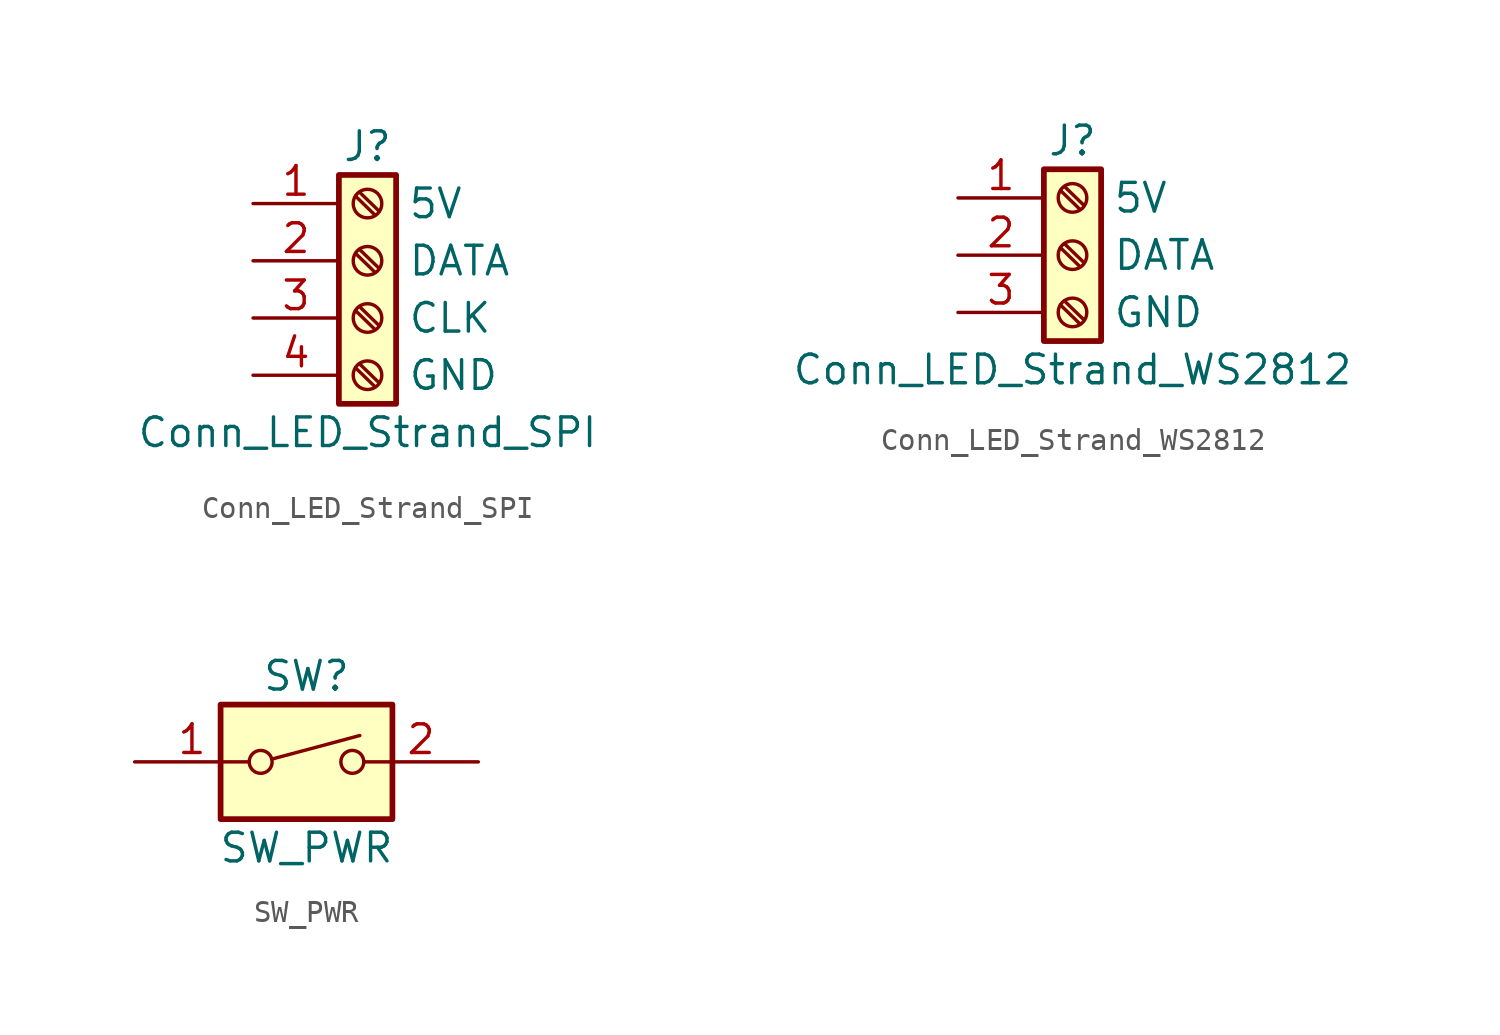
<source format=kicad_sym>
(kicad_symbol_lib
  (version 20231120)
  (generator "kicad_symbol_editor")
  (generator_version "8.0")
  (symbol "Conn_LED_Strand_SPI"
    (pin_names
      (offset 3.048))
    (property "Reference" "J"
      (at 0 5.08 0)
      (effects (font (size 1.27 1.27))))
    (property "Value" "Conn_LED_Strand_SPI"
      (at 0 -7.62 0)
      (effects (font (size 1.27 1.27))))
    (symbol "Conn_LED_Strand_SPI_1_1"
      (rectangle (start -1.27 3.81) (end 1.27 -6.35) (stroke (width 0.254) (type default)) (fill (type background)))
      (circle (center 0 -5.08) (radius 0.635) (stroke (width 0.152) (type default)) (fill (type none)))
      (circle (center 0 -2.54) (radius 0.635) (stroke (width 0.152) (type default)) (fill (type none)))
      (polyline (pts (xy -0.533 -4.75) (xy 0.33 -5.588)) (stroke (width 0.152) (type default)) (fill (type none)))
      (polyline (pts (xy -0.533 -2.21) (xy 0.33 -3.048)) (stroke (width 0.152) (type default)) (fill (type none)))
      (polyline (pts (xy -0.533 0.33) (xy 0.33 -0.508)) (stroke (width 0.152) (type default)) (fill (type none)))
      (polyline (pts (xy -0.533 2.87) (xy 0.33 2.032)) (stroke (width 0.152) (type default)) (fill (type none)))
      (polyline (pts (xy -0.356 -4.572) (xy 0.508 -5.41)) (stroke (width 0.152) (type default)) (fill (type none)))
      (polyline (pts (xy -0.356 -2.032) (xy 0.508 -2.87)) (stroke (width 0.152) (type default)) (fill (type none)))
      (polyline (pts (xy -0.356 0.508) (xy 0.508 -0.33)) (stroke (width 0.152) (type default)) (fill (type none)))
      (polyline (pts (xy -0.356 3.048) (xy 0.508 2.21)) (stroke (width 0.152) (type default)) (fill (type none)))
      (circle (center 0 0) (radius 0.635) (stroke (width 0.152) (type default)) (fill (type none)))
      (circle (center 0 2.54) (radius 0.635) (stroke (width 0.152) (type default)) (fill (type none)))
      (pin power_in line (at -5.08 2.54 0) (length 3.81) (name "5V" (effects (font (size 1.27 1.27)))) (number "1" (effects (font (size 1.27 1.27)))))
      (pin input line (at -5.08 0 0) (length 3.81) (name "DATA" (effects (font (size 1.27 1.27)))) (number "2" (effects (font (size 1.27 1.27)))))
      (pin input line (at -5.08 -2.54 0) (length 3.81) (name "CLK" (effects (font (size 1.27 1.27)))) (number "3" (effects (font (size 1.27 1.27)))))
      (pin power_in line (at -5.08 -5.08 0) (length 3.81) (name "GND" (effects (font (size 1.27 1.27)))) (number "4" (effects (font (size 1.27 1.27)))))))
  (symbol "Conn_LED_Strand_WS2812"
    (pin_names
      (offset 3.048))
    (property "Reference" "J"
      (at 0 5.08 0)
      (effects (font (size 1.27 1.27))))
    (property "Value" "Conn_LED_Strand_WS2812"
      (at 0 -5.08 0)
      (effects (font (size 1.27 1.27))))
    (symbol "Conn_LED_Strand_WS2812_1_1"
      (rectangle (start -1.27 3.81) (end 1.27 -3.81) (stroke (width 0.254) (type default)) (fill (type background)))
      (circle (center 0 -2.54) (radius 0.635) (stroke (width 0.152) (type default)) (fill (type none)))
      (polyline (pts (xy -0.533 -2.21) (xy 0.33 -3.048)) (stroke (width 0.152) (type default)) (fill (type none)))
      (polyline (pts (xy -0.533 0.33) (xy 0.33 -0.508)) (stroke (width 0.152) (type default)) (fill (type none)))
      (polyline (pts (xy -0.533 2.87) (xy 0.33 2.032)) (stroke (width 0.152) (type default)) (fill (type none)))
      (polyline (pts (xy -0.356 -2.032) (xy 0.508 -2.87)) (stroke (width 0.152) (type default)) (fill (type none)))
      (polyline (pts (xy -0.356 0.508) (xy 0.508 -0.33)) (stroke (width 0.152) (type default)) (fill (type none)))
      (polyline (pts (xy -0.356 3.048) (xy 0.508 2.21)) (stroke (width 0.152) (type default)) (fill (type none)))
      (circle (center 0 0) (radius 0.635) (stroke (width 0.152) (type default)) (fill (type none)))
      (circle (center 0 2.54) (radius 0.635) (stroke (width 0.152) (type default)) (fill (type none)))
      (pin power_in line (at -5.08 2.54 0) (length 3.81) (name "5V" (effects (font (size 1.27 1.27)))) (number "1" (effects (font (size 1.27 1.27)))))
      (pin input line (at -5.08 0 0) (length 3.81) (name "DATA" (effects (font (size 1.27 1.27)))) (number "2" (effects (font (size 1.27 1.27)))))
      (pin power_in line (at -5.08 -2.54 0) (length 3.81) (name "GND" (effects (font (size 1.27 1.27)))) (number "3" (effects (font (size 1.27 1.27)))))))
  (symbol "SW_PWR"
    (pin_names
      (offset 0) hide)
    (property "Reference" "SW"
      (at 0 3.81 0)
      (effects (font (size 1.27 1.27))))
    (property "Value" "SW_PWR"
      (at 0 -3.81 0)
      (effects (font (size 1.27 1.27))))
    (symbol "SW_PWR_0_0"
      (circle (center -2.032 0) (radius 0.508) (stroke (width 0) (type default)) (fill (type none)))
      (polyline (pts (xy -1.524 0.127) (xy 2.362 1.168)) (stroke (width 0) (type default)) (fill (type none)))
      (circle (center 2.032 0) (radius 0.508) (stroke (width 0) (type default)) (fill (type none))))
    (symbol "SW_PWR_0_1"
      (rectangle (start -3.81 2.54) (end 3.81 -2.54) (stroke (width 0.254) (type default)) (fill (type background))))
    (symbol "SW_PWR_1_1"
      (pin power_in line (at -7.62 0 0) (length 5.08) (name "~" (effects (font (size 1.27 1.27)))) (number "1" (effects (font (size 1.27 1.27)))))
      (pin power_out line (at 7.62 0 180) (length 5.08) (name "~" (effects (font (size 1.27 1.27)))) (number "2" (effects (font (size 1.27 1.27))))))))
</source>
